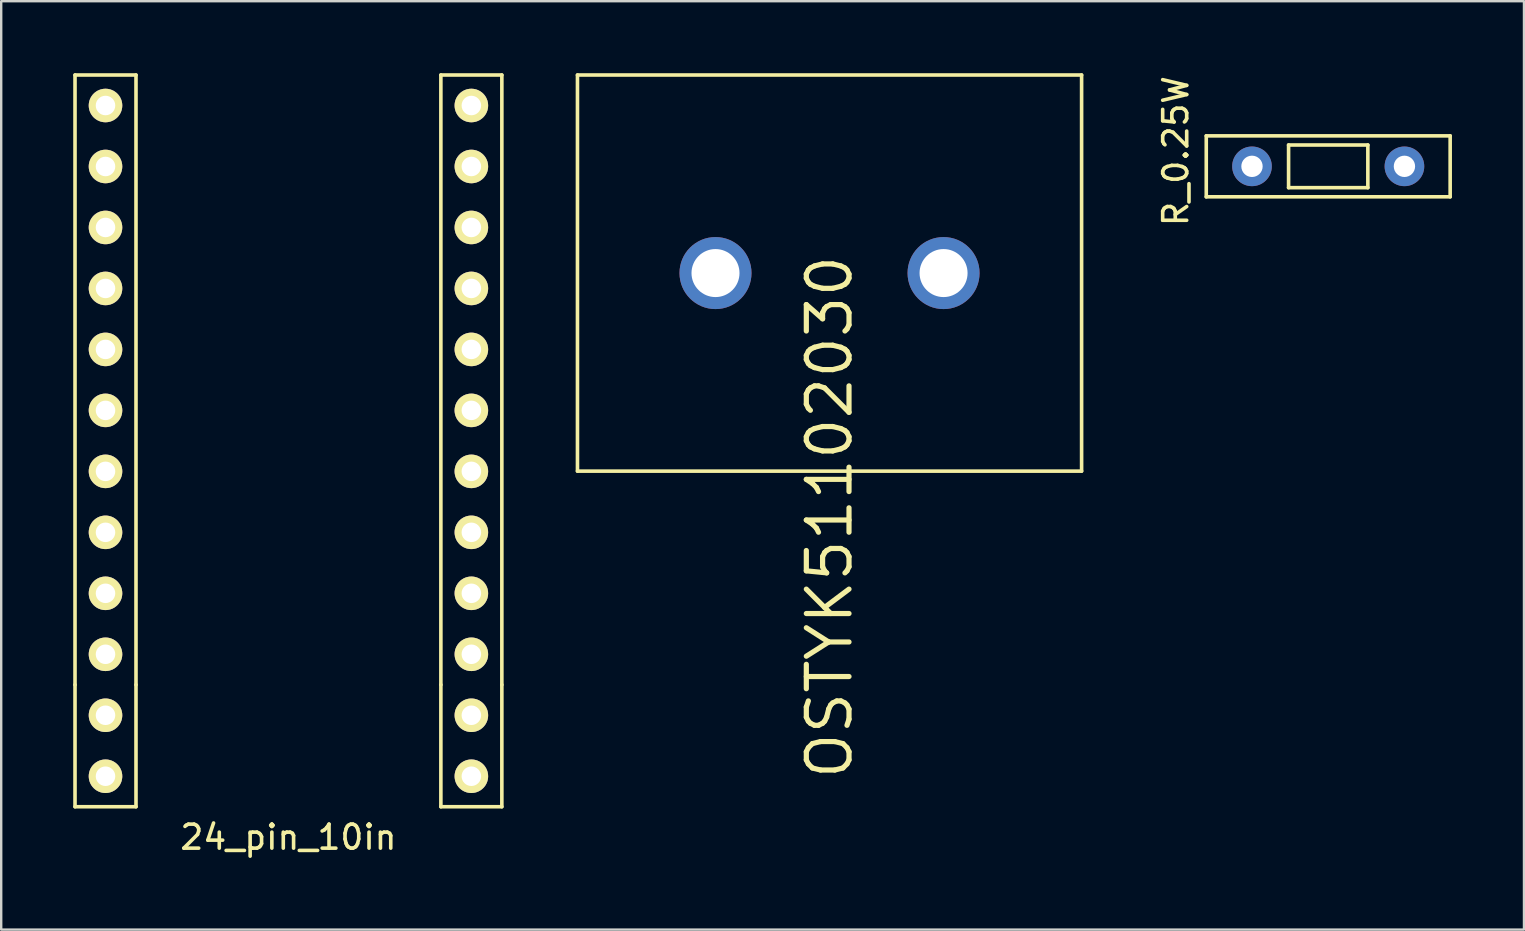
<source format=kicad_pcb>
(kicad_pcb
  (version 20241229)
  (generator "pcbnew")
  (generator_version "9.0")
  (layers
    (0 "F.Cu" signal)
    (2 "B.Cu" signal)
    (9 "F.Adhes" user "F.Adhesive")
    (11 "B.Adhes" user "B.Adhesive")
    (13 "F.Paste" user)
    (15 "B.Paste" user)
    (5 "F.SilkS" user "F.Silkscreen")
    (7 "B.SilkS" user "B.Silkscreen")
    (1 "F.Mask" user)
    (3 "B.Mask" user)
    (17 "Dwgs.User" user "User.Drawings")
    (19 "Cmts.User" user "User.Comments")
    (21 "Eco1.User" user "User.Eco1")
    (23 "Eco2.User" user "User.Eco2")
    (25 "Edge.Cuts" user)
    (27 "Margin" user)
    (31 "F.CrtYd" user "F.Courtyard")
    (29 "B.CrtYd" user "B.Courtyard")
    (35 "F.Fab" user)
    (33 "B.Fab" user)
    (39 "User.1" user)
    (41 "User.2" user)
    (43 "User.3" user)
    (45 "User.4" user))
  (footprint "24_pin_10in"
    (layer "F.Cu")
    (at 8.965 15.315)
    (property "Reference" "24_pin_10in" (at 0 16.51 0) (layer "F.SilkS") (effects (font (size 1 1) (thickness 0.15))))
    (attr through_hole)
    (fp_line (start -8.89 -15.24) (end -8.89 10.16) (stroke (width 0.15) (type solid)) (layer "F.SilkS"))
    (fp_line (start -8.89 -15.24) (end -6.35 -15.24) (stroke (width 0.15) (type solid)) (layer "F.SilkS"))
    (fp_line (start -8.89 10.16) (end -8.89 15.24) (stroke (width 0.15) (type solid)) (layer "F.SilkS"))
    (fp_line (start -8.89 15.24) (end -6.35 15.24) (stroke (width 0.15) (type solid)) (layer "F.SilkS"))
    (fp_line (start -6.35 10.16) (end -6.35 -15.24) (stroke (width 0.15) (type solid)) (layer "F.SilkS"))
    (fp_line (start -6.35 15.24) (end -6.35 10.16) (stroke (width 0.15) (type solid)) (layer "F.SilkS"))
    (fp_line (start 6.35 -15.24) (end 6.35 10.16) (stroke (width 0.15) (type solid)) (layer "F.SilkS"))
    (fp_line (start 6.35 -15.24) (end 8.89 -15.24) (stroke (width 0.15) (type solid)) (layer "F.SilkS"))
    (fp_line (start 6.35 10.16) (end 6.35 15.24) (stroke (width 0.15) (type solid)) (layer "F.SilkS"))
    (fp_line (start 6.35 15.24) (end 8.89 15.24) (stroke (width 0.15) (type solid)) (layer "F.SilkS"))
    (fp_line (start 8.89 10.16) (end 8.89 -15.24) (stroke (width 0.15) (type solid)) (layer "F.SilkS"))
    (fp_line (start 8.89 15.24) (end 8.89 10.16) (stroke (width 0.15) (type solid)) (layer "F.SilkS"))
    (pad "1" thru_hole circle (at -7.62 -13.97 270) (size 1.397 1.397) (drill 0.813) (layers "*.Cu" "*.Mask" "F.SilkS"))
    (pad "2" thru_hole circle (at 7.62 -13.97 270) (size 1.397 1.397) (drill 0.813) (layers "*.Cu" "*.Mask" "F.SilkS"))
    (pad "3" thru_hole circle (at -7.62 -11.43 270) (size 1.397 1.397) (drill 0.813) (layers "*.Cu" "*.Mask" "F.SilkS"))
    (pad "4" thru_hole circle (at 7.62 -11.43 270) (size 1.397 1.397) (drill 0.813) (layers "*.Cu" "*.Mask" "F.SilkS"))
    (pad "5" thru_hole circle (at -7.62 -8.89 270) (size 1.397 1.397) (drill 0.813) (layers "*.Cu" "*.Mask" "F.SilkS"))
    (pad "6" thru_hole circle (at 7.62 -8.89 270) (size 1.397 1.397) (drill 0.813) (layers "*.Cu" "*.Mask" "F.SilkS"))
    (pad "7" thru_hole circle (at -7.62 -6.35 270) (size 1.397 1.397) (drill 0.813) (layers "*.Cu" "*.Mask" "F.SilkS"))
    (pad "8" thru_hole circle (at 7.62 -6.35 270) (size 1.397 1.397) (drill 0.813) (layers "*.Cu" "*.Mask" "F.SilkS"))
    (pad "9" thru_hole circle (at -7.62 -3.81 270) (size 1.397 1.397) (drill 0.813) (layers "*.Cu" "*.Mask" "F.SilkS"))
    (pad "10" thru_hole circle (at 7.62 -3.81 270) (size 1.397 1.397) (drill 0.813) (layers "*.Cu" "*.Mask" "F.SilkS"))
    (pad "11" thru_hole circle (at -7.62 -1.27 270) (size 1.397 1.397) (drill 0.813) (layers "*.Cu" "*.Mask" "F.SilkS"))
    (pad "12" thru_hole circle (at 7.62 -1.27 270) (size 1.397 1.397) (drill 0.813) (layers "*.Cu" "*.Mask" "F.SilkS"))
    (pad "13" thru_hole circle (at -7.62 1.27 270) (size 1.397 1.397) (drill 0.813) (layers "*.Cu" "*.Mask" "F.SilkS"))
    (pad "14" thru_hole circle (at 7.62 1.27 270) (size 1.397 1.397) (drill 0.813) (layers "*.Cu" "*.Mask" "F.SilkS"))
    (pad "15" thru_hole circle (at -7.62 3.81 270) (size 1.397 1.397) (drill 0.813) (layers "*.Cu" "*.Mask" "F.SilkS"))
    (pad "16" thru_hole circle (at 7.62 3.81 270) (size 1.397 1.397) (drill 0.813) (layers "*.Cu" "*.Mask" "F.SilkS"))
    (pad "17" thru_hole circle (at -7.62 6.35 270) (size 1.397 1.397) (drill 0.813) (layers "*.Cu" "*.Mask" "F.SilkS"))
    (pad "18" thru_hole circle (at 7.62 6.35 270) (size 1.397 1.397) (drill 0.813) (layers "*.Cu" "*.Mask" "F.SilkS"))
    (pad "19" thru_hole circle (at -7.62 8.89 270) (size 1.397 1.397) (drill 0.813) (layers "*.Cu" "*.Mask" "F.SilkS"))
    (pad "20" thru_hole circle (at 7.62 8.89 270) (size 1.397 1.397) (drill 0.813) (layers "*.Cu" "*.Mask" "F.SilkS"))
    (pad "21" thru_hole circle (at -7.62 11.43 270) (size 1.397 1.397) (drill 0.813) (layers "*.Cu" "*.Mask" "F.SilkS"))
    (pad "22" thru_hole circle (at 7.62 11.43 270) (size 1.397 1.397) (drill 0.813) (layers "*.Cu" "*.Mask" "F.SilkS"))
    (pad "23" thru_hole circle (at -7.62 13.97 270) (size 1.397 1.397) (drill 0.813) (layers "*.Cu" "*.Mask" "F.SilkS"))
    (pad "24" thru_hole circle (at 7.62 13.97 270) (size 1.397 1.397) (drill 0.813) (layers "*.Cu" "*.Mask" "F.SilkS")))
  (footprint "OSTYK51102030"
    (layer "F.Cu")
    (at 31.505 8.325)
    (property "Reference" "OSTYK51102030" (at 0 10.16 90) (layer "F.SilkS") (effects (font (size 1.778 1.778) (thickness 0.216))))
    (attr through_hole)
    (fp_line (start -10.5 -8.25) (end 10.5 -8.25) (stroke (width 0.15) (type solid)) (layer "F.SilkS"))
    (fp_line (start -10.5 8.25) (end -10.5 -8.25) (stroke (width 0.15) (type solid)) (layer "F.SilkS"))
    (fp_line (start 10.5 -8.25) (end 10.5 8.25) (stroke (width 0.15) (type solid)) (layer "F.SilkS"))
    (fp_line (start 10.5 8.25) (end -10.5 8.25) (stroke (width 0.15) (type solid)) (layer "F.SilkS"))
    (pad "1" thru_hole circle (at -4.75 0) (size 3 3) (drill 2) (layers "*.Cu" "*.Mask"))
    (pad "2" thru_hole circle (at 4.75 0) (size 3 3) (drill 2) (layers "*.Cu" "*.Mask")))
  (footprint "R_0.25W"
    (layer "F.Cu")
    (at 52.278 3.879)
    (property "Reference" "R_0.25W" (at -6.35 -0.635 90) (layer "F.SilkS") (effects (font (size 1 1) (thickness 0.15))))
    (attr through_hole)
    (fp_line (start -5.08 -1.27) (end -5.08 1.27) (stroke (width 0.15) (type solid)) (layer "F.SilkS"))
    (fp_line (start -5.08 1.27) (end 5.08 1.27) (stroke (width 0.15) (type solid)) (layer "F.SilkS"))
    (fp_line (start -1.651 -0.889) (end -1.651 0.889) (stroke (width 0.15) (type solid)) (layer "F.SilkS"))
    (fp_line (start 1.651 -0.889) (end -1.651 -0.889) (stroke (width 0.15) (type solid)) (layer "F.SilkS"))
    (fp_line (start 1.651 -0.889) (end 1.651 0.889) (stroke (width 0.15) (type solid)) (layer "F.SilkS"))
    (fp_line (start 1.651 0.889) (end -1.651 0.889) (stroke (width 0.15) (type solid)) (layer "F.SilkS"))
    (fp_line (start 5.08 -1.27) (end -5.08 -1.27) (stroke (width 0.15) (type solid)) (layer "F.SilkS"))
    (fp_line (start 5.08 1.27) (end 5.08 -1.27) (stroke (width 0.15) (type solid)) (layer "F.SilkS"))
    (pad "1" thru_hole circle (at -3.175 0) (size 1.651 1.651) (drill 0.889) (layers "*.Cu" "*.Mask"))
    (pad "2" thru_hole circle (at 3.175 0) (size 1.651 1.651) (drill 0.889) (layers "*.Cu" "*.Mask")))
  (gr_rect
    (start -3 -3)
    (end 60.433 35.673)
    (stroke (width 0.1) (type default))
    (fill no)
    (layer "Edge.Cuts")))
</source>
